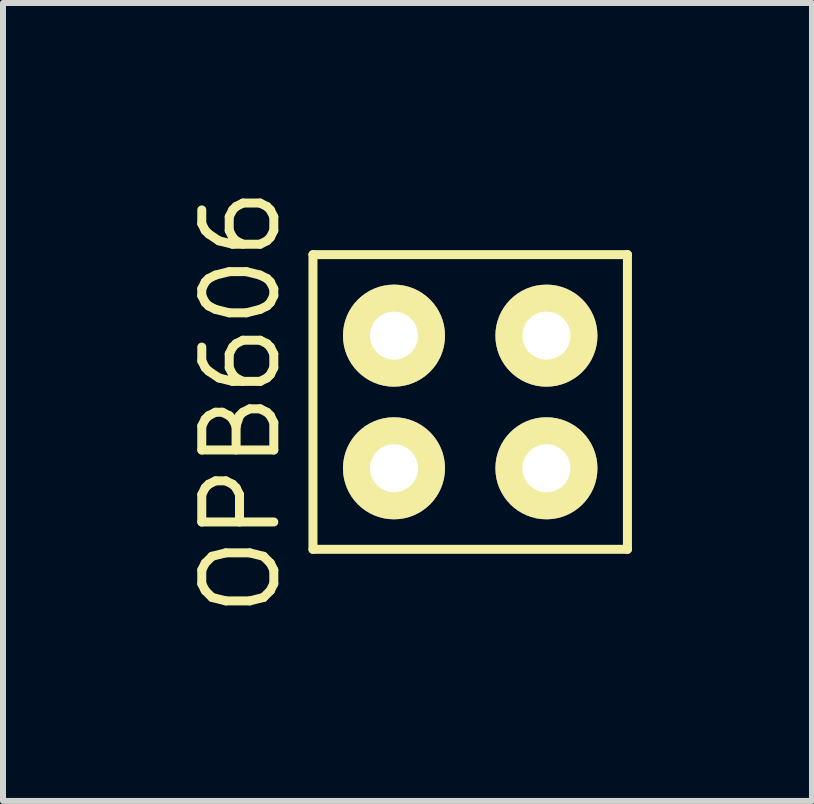
<source format=kicad_pcb>
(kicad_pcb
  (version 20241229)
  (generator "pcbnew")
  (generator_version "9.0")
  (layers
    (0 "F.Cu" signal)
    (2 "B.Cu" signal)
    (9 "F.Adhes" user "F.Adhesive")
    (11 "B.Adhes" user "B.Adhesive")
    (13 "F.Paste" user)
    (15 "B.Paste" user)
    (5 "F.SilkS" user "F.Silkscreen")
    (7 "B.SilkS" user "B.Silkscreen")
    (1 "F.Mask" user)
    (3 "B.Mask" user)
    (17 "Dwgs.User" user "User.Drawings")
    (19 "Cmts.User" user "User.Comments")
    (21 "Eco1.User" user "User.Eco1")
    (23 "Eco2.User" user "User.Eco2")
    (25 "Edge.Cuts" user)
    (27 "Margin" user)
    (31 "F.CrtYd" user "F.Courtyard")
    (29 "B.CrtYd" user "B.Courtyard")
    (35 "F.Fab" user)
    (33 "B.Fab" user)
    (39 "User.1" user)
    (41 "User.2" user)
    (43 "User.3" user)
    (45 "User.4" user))
  (footprint "OPB606"
    (layer "F.Cu")
    (at 4.785 3.648)
    (property "Reference" "OPB606" (at -3.82 0 90) (layer "F.SilkS") (effects (font (size 1.2 1.2) (thickness 0.15))))
    (attr through_hole)
    (fp_line (start -2.62 -2.455) (end -2.62 2.455) (stroke (width 0.15) (type solid)) (layer "F.SilkS"))
    (fp_line (start -2.62 2.455) (end 2.62 2.455) (stroke (width 0.15) (type solid)) (layer "F.SilkS"))
    (fp_line (start 2.62 -2.455) (end -2.62 -2.455) (stroke (width 0.15) (type solid)) (layer "F.SilkS"))
    (fp_line (start 2.62 2.455) (end 2.62 -2.455) (stroke (width 0.15) (type solid)) (layer "F.SilkS"))
    (pad "1" thru_hole circle (at 1.27 1.105) (size 1.7 1.7) (drill 0.8) (layers "*.Cu" "*.Mask" "F.SilkS"))
    (pad "2" thru_hole circle (at -1.27 1.105) (size 1.7 1.7) (drill 0.8) (layers "*.Cu" "*.Mask" "F.SilkS"))
    (pad "3" thru_hole circle (at -1.27 -1.105) (size 1.7 1.7) (drill 0.8) (layers "*.Cu" "*.Mask" "F.SilkS"))
    (pad "4" thru_hole circle (at 1.27 -1.105) (size 1.7 1.7) (drill 0.8) (layers "*.Cu" "*.Mask" "F.SilkS")))
  (gr_rect
    (start -3 -3)
    (end 10.48 10.296)
    (stroke (width 0.1) (type default))
    (fill no)
    (layer "Edge.Cuts")))
</source>
